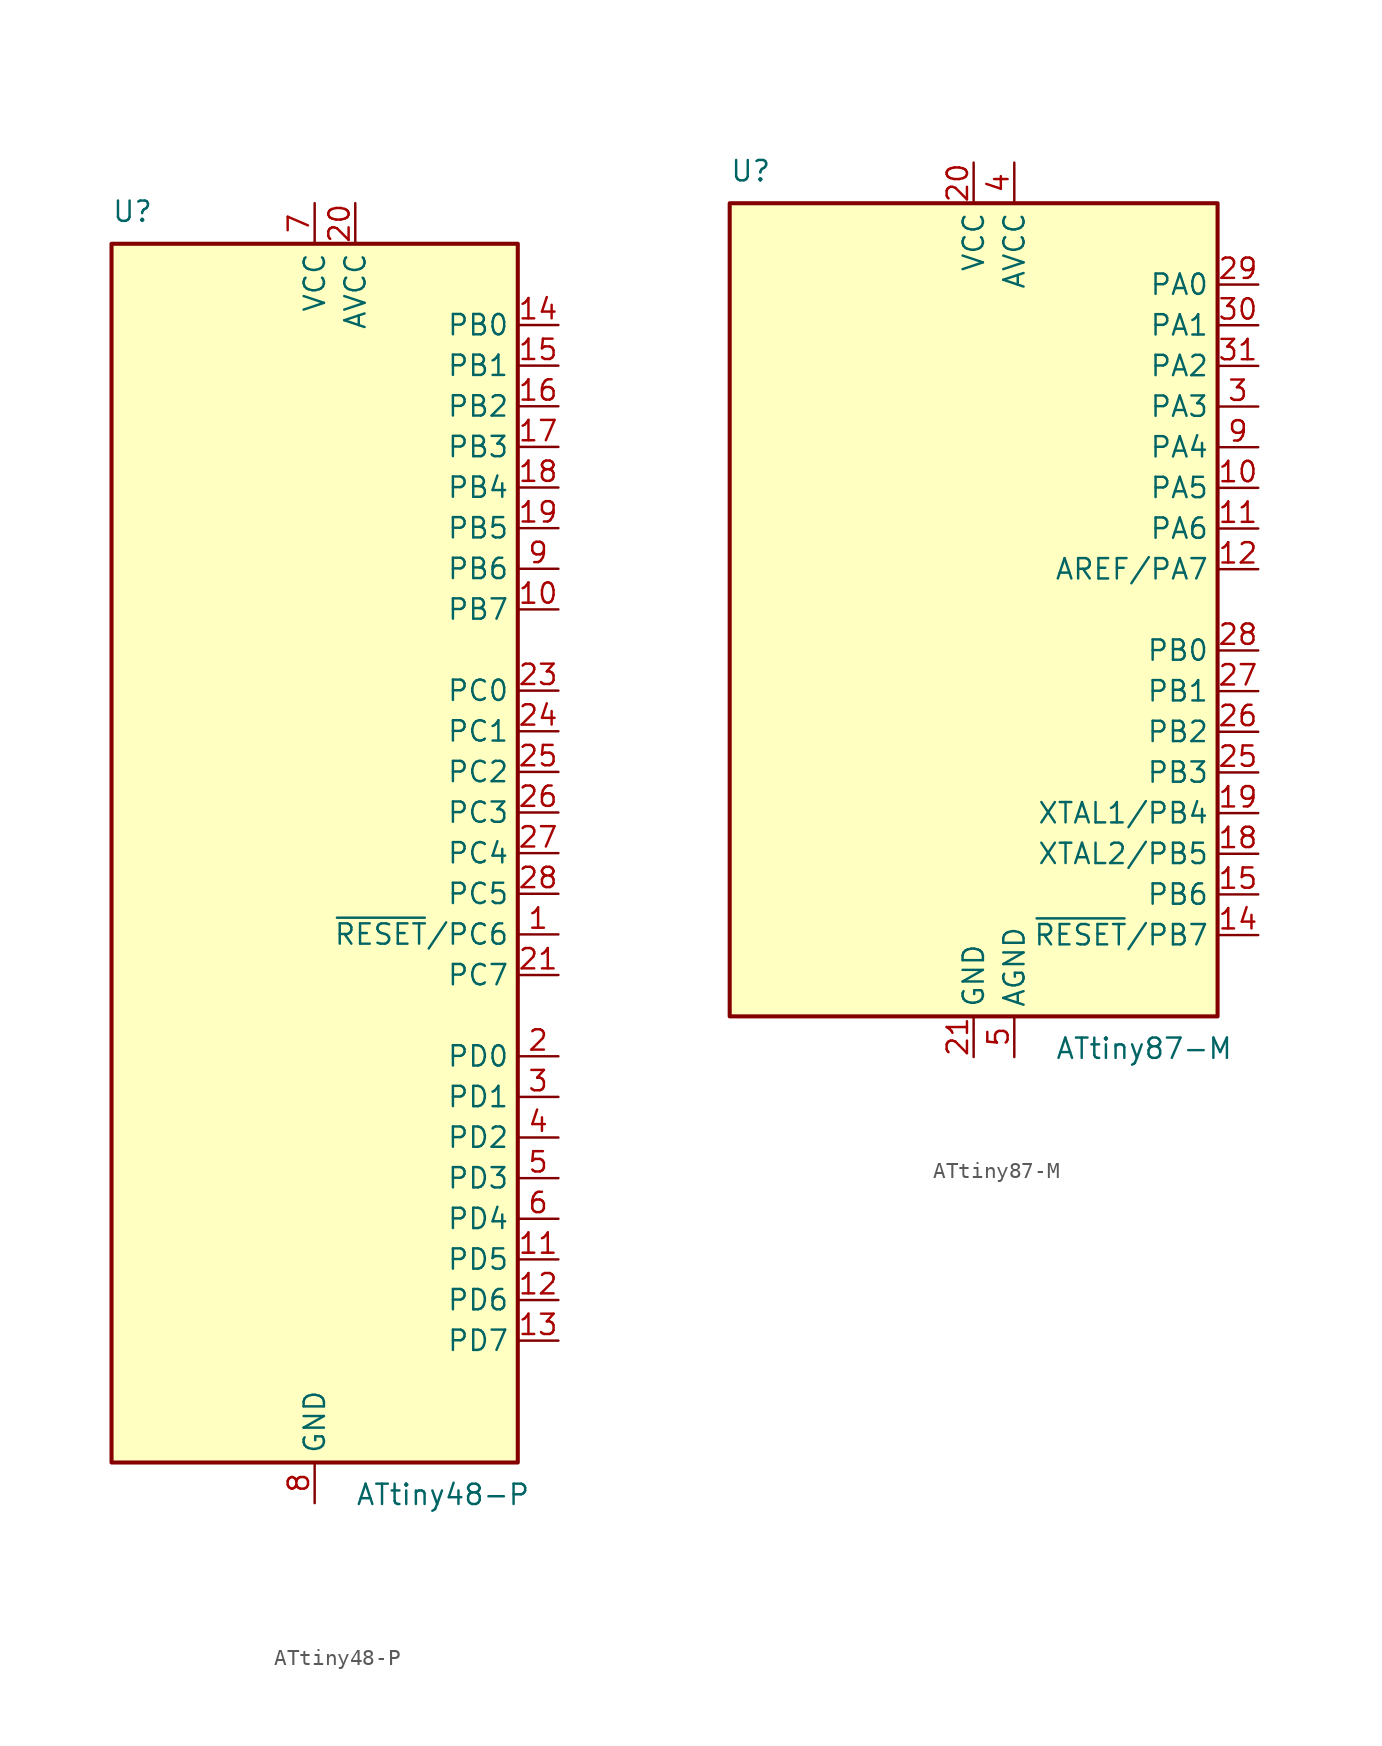
<source format=kicad_sym>
(kicad_symbol_lib
  (version 20201005)
  (generator kicad_symbol_editor)
  (symbol "ATtiny48-P"
    (property "Reference" "U"
      (at -12.7 39.37 0)
      (effects (font (size 1.27 1.27)) (justify left bottom)))
    (property "Value" "ATtiny48-P"
      (at 2.54 -39.37 0)
      (effects (font (size 1.27 1.27)) (justify left top)))
    (symbol "ATtiny48-P_0_1"
      (rectangle (start -12.7 -38.1) (end 12.7 38.1) (stroke (width 0.254)) (fill (type background))))
    (symbol "ATtiny48-P_1_1"
      (pin bidirectional line (at 15.24 -5.08 180) (length 2.54) (name "~RESET~/PC6" (effects (font (size 1.27 1.27)))) (number "1" (effects (font (size 1.27 1.27)))))
      (pin bidirectional line (at 15.24 15.24 180) (length 2.54) (name "PB7" (effects (font (size 1.27 1.27)))) (number "10" (effects (font (size 1.27 1.27)))))
      (pin bidirectional line (at 15.24 -25.4 180) (length 2.54) (name "PD5" (effects (font (size 1.27 1.27)))) (number "11" (effects (font (size 1.27 1.27)))))
      (pin bidirectional line (at 15.24 -27.94 180) (length 2.54) (name "PD6" (effects (font (size 1.27 1.27)))) (number "12" (effects (font (size 1.27 1.27)))))
      (pin bidirectional line (at 15.24 -30.48 180) (length 2.54) (name "PD7" (effects (font (size 1.27 1.27)))) (number "13" (effects (font (size 1.27 1.27)))))
      (pin bidirectional line (at 15.24 33.02 180) (length 2.54) (name "PB0" (effects (font (size 1.27 1.27)))) (number "14" (effects (font (size 1.27 1.27)))))
      (pin bidirectional line (at 15.24 30.48 180) (length 2.54) (name "PB1" (effects (font (size 1.27 1.27)))) (number "15" (effects (font (size 1.27 1.27)))))
      (pin bidirectional line (at 15.24 27.94 180) (length 2.54) (name "PB2" (effects (font (size 1.27 1.27)))) (number "16" (effects (font (size 1.27 1.27)))))
      (pin bidirectional line (at 15.24 25.4 180) (length 2.54) (name "PB3" (effects (font (size 1.27 1.27)))) (number "17" (effects (font (size 1.27 1.27)))))
      (pin bidirectional line (at 15.24 22.86 180) (length 2.54) (name "PB4" (effects (font (size 1.27 1.27)))) (number "18" (effects (font (size 1.27 1.27)))))
      (pin bidirectional line (at 15.24 20.32 180) (length 2.54) (name "PB5" (effects (font (size 1.27 1.27)))) (number "19" (effects (font (size 1.27 1.27)))))
      (pin bidirectional line (at 15.24 -12.7 180) (length 2.54) (name "PD0" (effects (font (size 1.27 1.27)))) (number "2" (effects (font (size 1.27 1.27)))))
      (pin power_in line (at 2.54 40.64 270) (length 2.54) (name "AVCC" (effects (font (size 1.27 1.27)))) (number "20" (effects (font (size 1.27 1.27)))))
      (pin bidirectional line (at 15.24 -7.62 180) (length 2.54) (name "PC7" (effects (font (size 1.27 1.27)))) (number "21" (effects (font (size 1.27 1.27)))))
      (pin passive line (at 0 -40.64 90) (length 2.54) hide (name "GND" (effects (font (size 1.27 1.27)))) (number "22" (effects (font (size 1.27 1.27)))))
      (pin bidirectional line (at 15.24 10.16 180) (length 2.54) (name "PC0" (effects (font (size 1.27 1.27)))) (number "23" (effects (font (size 1.27 1.27)))))
      (pin bidirectional line (at 15.24 7.62 180) (length 2.54) (name "PC1" (effects (font (size 1.27 1.27)))) (number "24" (effects (font (size 1.27 1.27)))))
      (pin bidirectional line (at 15.24 5.08 180) (length 2.54) (name "PC2" (effects (font (size 1.27 1.27)))) (number "25" (effects (font (size 1.27 1.27)))))
      (pin bidirectional line (at 15.24 2.54 180) (length 2.54) (name "PC3" (effects (font (size 1.27 1.27)))) (number "26" (effects (font (size 1.27 1.27)))))
      (pin bidirectional line (at 15.24 0 180) (length 2.54) (name "PC4" (effects (font (size 1.27 1.27)))) (number "27" (effects (font (size 1.27 1.27)))))
      (pin bidirectional line (at 15.24 -2.54 180) (length 2.54) (name "PC5" (effects (font (size 1.27 1.27)))) (number "28" (effects (font (size 1.27 1.27)))))
      (pin bidirectional line (at 15.24 -15.24 180) (length 2.54) (name "PD1" (effects (font (size 1.27 1.27)))) (number "3" (effects (font (size 1.27 1.27)))))
      (pin bidirectional line (at 15.24 -17.78 180) (length 2.54) (name "PD2" (effects (font (size 1.27 1.27)))) (number "4" (effects (font (size 1.27 1.27)))))
      (pin bidirectional line (at 15.24 -20.32 180) (length 2.54) (name "PD3" (effects (font (size 1.27 1.27)))) (number "5" (effects (font (size 1.27 1.27)))))
      (pin bidirectional line (at 15.24 -22.86 180) (length 2.54) (name "PD4" (effects (font (size 1.27 1.27)))) (number "6" (effects (font (size 1.27 1.27)))))
      (pin power_in line (at 0 40.64 270) (length 2.54) (name "VCC" (effects (font (size 1.27 1.27)))) (number "7" (effects (font (size 1.27 1.27)))))
      (pin power_in line (at 0 -40.64 90) (length 2.54) (name "GND" (effects (font (size 1.27 1.27)))) (number "8" (effects (font (size 1.27 1.27)))))
      (pin bidirectional line (at 15.24 17.78 180) (length 2.54) (name "PB6" (effects (font (size 1.27 1.27)))) (number "9" (effects (font (size 1.27 1.27)))))))
  (symbol "ATtiny87-M"
    (property "Reference" "U"
      (at -15.24 26.67 0)
      (effects (font (size 1.27 1.27)) (justify left bottom)))
    (property "Value" "ATtiny87-M"
      (at 5.08 -26.67 0)
      (effects (font (size 1.27 1.27)) (justify left top)))
    (symbol "ATtiny87-M_0_1"
      (rectangle (start -15.24 -25.4) (end 15.24 25.4) (stroke (width 0.254)) (fill (type background))))
    (symbol "ATtiny87-M_1_1"
      (pin no_connect line (at -15.24 5.08 0) (length 2.54) hide (name "NC" (effects (font (size 1.27 1.27)))) (number "1" (effects (font (size 1.27 1.27)))))
      (pin bidirectional line (at 17.78 7.62 180) (length 2.54) (name "PA5" (effects (font (size 1.27 1.27)))) (number "10" (effects (font (size 1.27 1.27)))))
      (pin bidirectional line (at 17.78 5.08 180) (length 2.54) (name "PA6" (effects (font (size 1.27 1.27)))) (number "11" (effects (font (size 1.27 1.27)))))
      (pin bidirectional line (at 17.78 2.54 180) (length 2.54) (name "AREF/PA7" (effects (font (size 1.27 1.27)))) (number "12" (effects (font (size 1.27 1.27)))))
      (pin no_connect line (at -15.24 -7.62 0) (length 2.54) hide (name "NC" (effects (font (size 1.27 1.27)))) (number "13" (effects (font (size 1.27 1.27)))))
      (pin bidirectional line (at 17.78 -20.32 180) (length 2.54) (name "~RESET~/PB7" (effects (font (size 1.27 1.27)))) (number "14" (effects (font (size 1.27 1.27)))))
      (pin bidirectional line (at 17.78 -17.78 180) (length 2.54) (name "PB6" (effects (font (size 1.27 1.27)))) (number "15" (effects (font (size 1.27 1.27)))))
      (pin no_connect line (at -15.24 -10.16 0) (length 2.54) hide (name "NC" (effects (font (size 1.27 1.27)))) (number "16" (effects (font (size 1.27 1.27)))))
      (pin no_connect line (at -15.24 -12.7 0) (length 2.54) hide (name "NC" (effects (font (size 1.27 1.27)))) (number "17" (effects (font (size 1.27 1.27)))))
      (pin bidirectional line (at 17.78 -15.24 180) (length 2.54) (name "XTAL2/PB5" (effects (font (size 1.27 1.27)))) (number "18" (effects (font (size 1.27 1.27)))))
      (pin bidirectional line (at 17.78 -12.7 180) (length 2.54) (name "XTAL1/PB4" (effects (font (size 1.27 1.27)))) (number "19" (effects (font (size 1.27 1.27)))))
      (pin no_connect line (at -15.24 2.54 0) (length 2.54) hide (name "NC" (effects (font (size 1.27 1.27)))) (number "2" (effects (font (size 1.27 1.27)))))
      (pin power_in line (at 0 27.94 270) (length 2.54) (name "VCC" (effects (font (size 1.27 1.27)))) (number "20" (effects (font (size 1.27 1.27)))))
      (pin power_in line (at 0 -27.94 90) (length 2.54) (name "GND" (effects (font (size 1.27 1.27)))) (number "21" (effects (font (size 1.27 1.27)))))
      (pin no_connect line (at -15.24 -15.24 0) (length 2.54) hide (name "NC" (effects (font (size 1.27 1.27)))) (number "22" (effects (font (size 1.27 1.27)))))
      (pin no_connect line (at -15.24 -17.78 0) (length 2.54) hide (name "NC" (effects (font (size 1.27 1.27)))) (number "23" (effects (font (size 1.27 1.27)))))
      (pin no_connect line (at -15.24 -20.32 0) (length 2.54) hide (name "NC" (effects (font (size 1.27 1.27)))) (number "24" (effects (font (size 1.27 1.27)))))
      (pin bidirectional line (at 17.78 -10.16 180) (length 2.54) (name "PB3" (effects (font (size 1.27 1.27)))) (number "25" (effects (font (size 1.27 1.27)))))
      (pin bidirectional line (at 17.78 -7.62 180) (length 2.54) (name "PB2" (effects (font (size 1.27 1.27)))) (number "26" (effects (font (size 1.27 1.27)))))
      (pin bidirectional line (at 17.78 -5.08 180) (length 2.54) (name "PB1" (effects (font (size 1.27 1.27)))) (number "27" (effects (font (size 1.27 1.27)))))
      (pin bidirectional line (at 17.78 -2.54 180) (length 2.54) (name "PB0" (effects (font (size 1.27 1.27)))) (number "28" (effects (font (size 1.27 1.27)))))
      (pin bidirectional line (at 17.78 20.32 180) (length 2.54) (name "PA0" (effects (font (size 1.27 1.27)))) (number "29" (effects (font (size 1.27 1.27)))))
      (pin bidirectional line (at 17.78 12.7 180) (length 2.54) (name "PA3" (effects (font (size 1.27 1.27)))) (number "3" (effects (font (size 1.27 1.27)))))
      (pin bidirectional line (at 17.78 17.78 180) (length 2.54) (name "PA1" (effects (font (size 1.27 1.27)))) (number "30" (effects (font (size 1.27 1.27)))))
      (pin bidirectional line (at 17.78 15.24 180) (length 2.54) (name "PA2" (effects (font (size 1.27 1.27)))) (number "31" (effects (font (size 1.27 1.27)))))
      (pin no_connect line (at -15.24 -22.86 0) (length 2.54) hide (name "NC" (effects (font (size 1.27 1.27)))) (number "32" (effects (font (size 1.27 1.27)))))
      (pin passive line (at 0 -27.94 90) (length 2.54) hide (name "GND" (effects (font (size 1.27 1.27)))) (number "33" (effects (font (size 1.27 1.27)))))
      (pin power_in line (at 2.54 27.94 270) (length 2.54) (name "AVCC" (effects (font (size 1.27 1.27)))) (number "4" (effects (font (size 1.27 1.27)))))
      (pin power_in line (at 2.54 -27.94 90) (length 2.54) (name "AGND" (effects (font (size 1.27 1.27)))) (number "5" (effects (font (size 1.27 1.27)))))
      (pin no_connect line (at -15.24 0 0) (length 2.54) hide (name "NC" (effects (font (size 1.27 1.27)))) (number "6" (effects (font (size 1.27 1.27)))))
      (pin no_connect line (at -15.24 -2.54 0) (length 2.54) hide (name "NC" (effects (font (size 1.27 1.27)))) (number "7" (effects (font (size 1.27 1.27)))))
      (pin no_connect line (at -15.24 -5.08 0) (length 2.54) hide (name "NC" (effects (font (size 1.27 1.27)))) (number "8" (effects (font (size 1.27 1.27)))))
      (pin bidirectional line (at 17.78 10.16 180) (length 2.54) (name "PA4" (effects (font (size 1.27 1.27)))) (number "9" (effects (font (size 1.27 1.27))))))))
</source>
